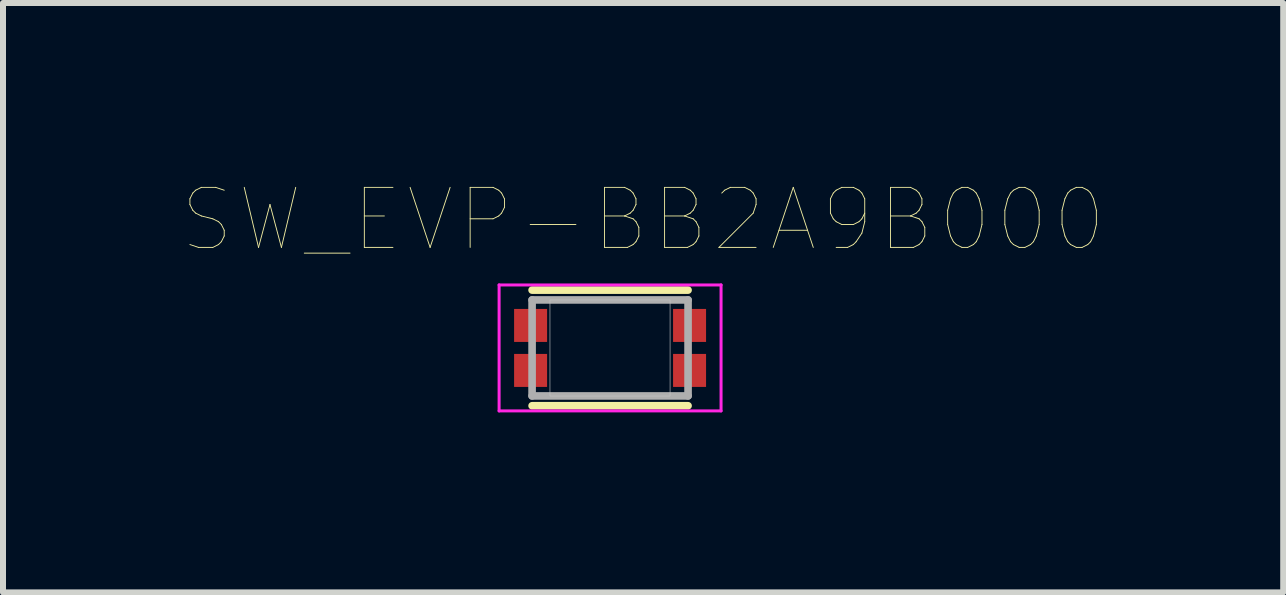
<source format=kicad_pcb>
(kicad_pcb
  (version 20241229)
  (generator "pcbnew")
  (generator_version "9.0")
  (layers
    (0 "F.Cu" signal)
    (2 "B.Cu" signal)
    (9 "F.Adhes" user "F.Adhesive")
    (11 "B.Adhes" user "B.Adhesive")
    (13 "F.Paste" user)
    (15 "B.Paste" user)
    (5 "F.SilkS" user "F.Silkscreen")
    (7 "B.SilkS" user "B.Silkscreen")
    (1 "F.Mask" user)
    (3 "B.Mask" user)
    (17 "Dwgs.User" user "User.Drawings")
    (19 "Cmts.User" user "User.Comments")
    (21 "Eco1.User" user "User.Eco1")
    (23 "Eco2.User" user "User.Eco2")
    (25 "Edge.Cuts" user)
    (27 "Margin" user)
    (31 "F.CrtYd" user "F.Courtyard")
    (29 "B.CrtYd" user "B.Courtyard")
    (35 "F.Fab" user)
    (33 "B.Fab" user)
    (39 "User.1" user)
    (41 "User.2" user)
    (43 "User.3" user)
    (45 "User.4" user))
  (footprint "SW_EVP-BB2A9B000"
    (layer "F.Cu")
    (at 7.12 2.75)
    (property "Reference" "SW_EVP-BB2A9B000" (at 0.551 -2.138 0) (layer "F.SilkS") (effects (font (size 1.001 1.001) (thickness 0.015))))
    (attr through_hole)
    (fp_line (start -1.3 -0.964) (end 1.3 -0.964) (stroke (width 0.127) (type solid)) (layer "F.SilkS"))
    (fp_line (start -1.3 0.964) (end 1.3 0.964) (stroke (width 0.127) (type solid)) (layer "F.SilkS"))
    (fp_poly (pts (xy -1.55 -0.6) (xy -1.1 -0.6) (xy -1.1 -0.15) (xy -1.55 -0.15)) (stroke (width 0.01) (type solid)) (fill yes) (layer "F.Paste"))
    (fp_poly (pts (xy -1.55 0.15) (xy -1.1 0.15) (xy -1.1 0.6) (xy -1.55 0.6)) (stroke (width 0.01) (type solid)) (fill yes) (layer "F.Paste"))
    (fp_poly (pts (xy 1.1 -0.6) (xy 1.55 -0.6) (xy 1.55 -0.15) (xy 1.1 -0.15)) (stroke (width 0.01) (type solid)) (fill yes) (layer "F.Paste"))
    (fp_poly (pts (xy 1.1 0.15) (xy 1.55 0.15) (xy 1.55 0.6) (xy 1.1 0.6)) (stroke (width 0.01) (type solid)) (fill yes) (layer "F.Paste"))
    (fp_poly (pts (xy -1.002 -0.8) (xy 1 -0.8) (xy 1 0.802) (xy -1.002 0.802)) (stroke (width 0.01) (type solid)) (fill no) (layer "Dwgs.User"))
    (fp_line (start -1.85 -1.05) (end 1.85 -1.05) (stroke (width 0.05) (type solid)) (layer "F.CrtYd"))
    (fp_line (start -1.85 1.05) (end -1.85 -1.05) (stroke (width 0.05) (type solid)) (layer "F.CrtYd"))
    (fp_line (start 1.85 -1.05) (end 1.85 1.05) (stroke (width 0.05) (type solid)) (layer "F.CrtYd"))
    (fp_line (start 1.85 1.05) (end -1.85 1.05) (stroke (width 0.05) (type solid)) (layer "F.CrtYd"))
    (fp_line (start -1.3 -0.8) (end 1.3 -0.8) (stroke (width 0.127) (type solid)) (layer "F.Fab"))
    (fp_line (start -1.3 0.8) (end -1.3 -0.8) (stroke (width 0.127) (type solid)) (layer "F.Fab"))
    (fp_line (start 1.3 -0.8) (end 1.3 0.8) (stroke (width 0.127) (type solid)) (layer "F.Fab"))
    (fp_line (start 1.3 0.8) (end -1.3 0.8) (stroke (width 0.127) (type solid)) (layer "F.Fab"))
    (pad "1" smd rect (at -1.325 -0.375) (size 0.55 0.55) (layers "F.Cu" "F.Mask"))
    (pad "1" smd rect (at -1.325 0.375) (size 0.55 0.55) (layers "F.Cu" "F.Mask"))
    (pad "2" smd rect (at 1.325 -0.375) (size 0.55 0.55) (layers "F.Cu" "F.Mask"))
    (pad "2" smd rect (at 1.325 0.375) (size 0.55 0.55) (layers "F.Cu" "F.Mask")))
  (gr_rect
    (start -3 -3)
    (end 18.341 6.825)
    (stroke (width 0.1) (type default))
    (fill no)
    (layer "Edge.Cuts")))
</source>
